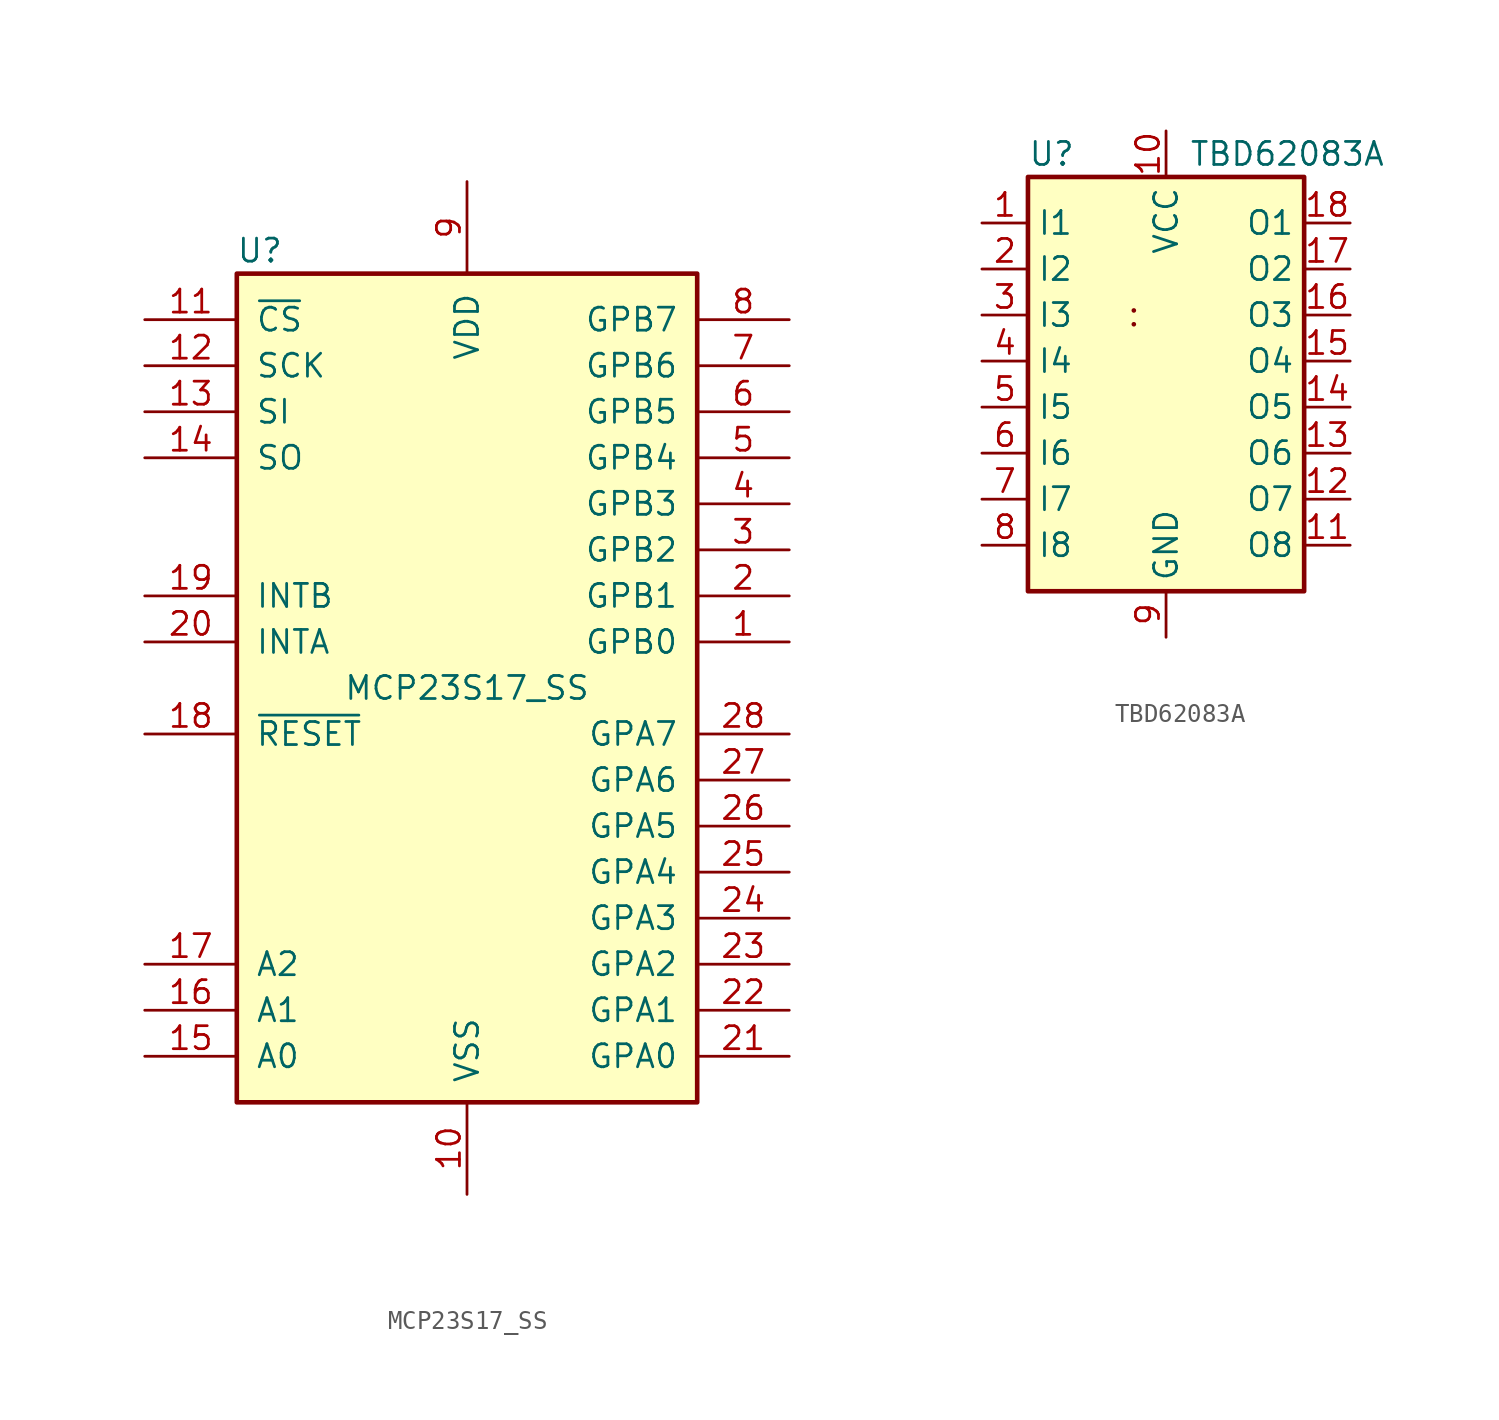
<source format=kicad_sym>
(kicad_symbol_lib
  (version 20241209)
  (generator "kicad_symbol_editor")
  (generator_version "9.0")
  (symbol "MCP23S17_SS"
    (pin_names
      (offset 1.016))
    (property "Reference" "U"
      (at -11.43 24.13 0)
      (effects (font (size 1.27 1.27))))
    (property "Value" "MCP23S17_SS"
      (at 0 0 0)
      (effects (font (size 1.27 1.27))))
    (symbol "MCP23S17_SS_0_1"
      (rectangle (start -12.7 22.86) (end 12.7 -22.86) (stroke (width 0.254) (type default)) (fill (type background))))
    (symbol "MCP23S17_SS_1_1"
      (pin input line (at -17.78 20.32 0) (length 5.08) (name "~{CS}" (effects (font (size 1.27 1.27)))) (number "11" (effects (font (size 1.27 1.27)))))
      (pin input line (at -17.78 17.78 0) (length 5.08) (name "SCK" (effects (font (size 1.27 1.27)))) (number "12" (effects (font (size 1.27 1.27)))))
      (pin input line (at -17.78 15.24 0) (length 5.08) (name "SI" (effects (font (size 1.27 1.27)))) (number "13" (effects (font (size 1.27 1.27)))))
      (pin output line (at -17.78 12.7 0) (length 5.08) (name "SO" (effects (font (size 1.27 1.27)))) (number "14" (effects (font (size 1.27 1.27)))))
      (pin tri_state line (at -17.78 5.08 0) (length 5.08) (name "INTB" (effects (font (size 1.27 1.27)))) (number "19" (effects (font (size 1.27 1.27)))))
      (pin tri_state line (at -17.78 2.54 0) (length 5.08) (name "INTA" (effects (font (size 1.27 1.27)))) (number "20" (effects (font (size 1.27 1.27)))))
      (pin input line (at -17.78 -2.54 0) (length 5.08) (name "~{RESET}" (effects (font (size 1.27 1.27)))) (number "18" (effects (font (size 1.27 1.27)))))
      (pin input line (at -17.78 -15.24 0) (length 5.08) (name "A2" (effects (font (size 1.27 1.27)))) (number "17" (effects (font (size 1.27 1.27)))))
      (pin input line (at -17.78 -17.78 0) (length 5.08) (name "A1" (effects (font (size 1.27 1.27)))) (number "16" (effects (font (size 1.27 1.27)))))
      (pin input line (at -17.78 -20.32 0) (length 5.08) (name "A0" (effects (font (size 1.27 1.27)))) (number "15" (effects (font (size 1.27 1.27)))))
      (pin power_in line (at 0 27.94 270) (length 5.08) (name "VDD" (effects (font (size 1.27 1.27)))) (number "9" (effects (font (size 1.27 1.27)))))
      (pin power_in line (at 0 -27.94 90) (length 5.08) (name "VSS" (effects (font (size 1.27 1.27)))) (number "10" (effects (font (size 1.27 1.27)))))
      (pin bidirectional line (at 17.78 20.32 180) (length 5.08) (name "GPB7" (effects (font (size 1.27 1.27)))) (number "8" (effects (font (size 1.27 1.27)))))
      (pin bidirectional line (at 17.78 17.78 180) (length 5.08) (name "GPB6" (effects (font (size 1.27 1.27)))) (number "7" (effects (font (size 1.27 1.27)))))
      (pin bidirectional line (at 17.78 15.24 180) (length 5.08) (name "GPB5" (effects (font (size 1.27 1.27)))) (number "6" (effects (font (size 1.27 1.27)))))
      (pin bidirectional line (at 17.78 12.7 180) (length 5.08) (name "GPB4" (effects (font (size 1.27 1.27)))) (number "5" (effects (font (size 1.27 1.27)))))
      (pin bidirectional line (at 17.78 10.16 180) (length 5.08) (name "GPB3" (effects (font (size 1.27 1.27)))) (number "4" (effects (font (size 1.27 1.27)))))
      (pin bidirectional line (at 17.78 7.62 180) (length 5.08) (name "GPB2" (effects (font (size 1.27 1.27)))) (number "3" (effects (font (size 1.27 1.27)))))
      (pin bidirectional line (at 17.78 5.08 180) (length 5.08) (name "GPB1" (effects (font (size 1.27 1.27)))) (number "2" (effects (font (size 1.27 1.27)))))
      (pin bidirectional line (at 17.78 2.54 180) (length 5.08) (name "GPB0" (effects (font (size 1.27 1.27)))) (number "1" (effects (font (size 1.27 1.27)))))
      (pin bidirectional line (at 17.78 -2.54 180) (length 5.08) (name "GPA7" (effects (font (size 1.27 1.27)))) (number "28" (effects (font (size 1.27 1.27)))))
      (pin bidirectional line (at 17.78 -5.08 180) (length 5.08) (name "GPA6" (effects (font (size 1.27 1.27)))) (number "27" (effects (font (size 1.27 1.27)))))
      (pin bidirectional line (at 17.78 -7.62 180) (length 5.08) (name "GPA5" (effects (font (size 1.27 1.27)))) (number "26" (effects (font (size 1.27 1.27)))))
      (pin bidirectional line (at 17.78 -10.16 180) (length 5.08) (name "GPA4" (effects (font (size 1.27 1.27)))) (number "25" (effects (font (size 1.27 1.27)))))
      (pin bidirectional line (at 17.78 -12.7 180) (length 5.08) (name "GPA3" (effects (font (size 1.27 1.27)))) (number "24" (effects (font (size 1.27 1.27)))))
      (pin bidirectional line (at 17.78 -15.24 180) (length 5.08) (name "GPA2" (effects (font (size 1.27 1.27)))) (number "23" (effects (font (size 1.27 1.27)))))
      (pin bidirectional line (at 17.78 -17.78 180) (length 5.08) (name "GPA1" (effects (font (size 1.27 1.27)))) (number "22" (effects (font (size 1.27 1.27)))))
      (pin bidirectional line (at 17.78 -20.32 180) (length 5.08) (name "GPA0" (effects (font (size 1.27 1.27)))) (number "21" (effects (font (size 1.27 1.27)))))))
  (symbol "TBD62083A"
    (property "Reference" "U"
      (at -7.62 11.43 0)
      (effects (font (size 1.27 1.27)) (justify left)))
    (property "Value" "TBD62083A"
      (at 1.27 11.43 0)
      (effects (font (size 1.27 1.27)) (justify left)))
    (symbol "TBD62083A_0_1"
      (rectangle (start -7.62 10.16) (end 7.62 -12.7) (stroke (width 0.254) (type default)) (fill (type background)))
      (polyline (pts (xy -1.778 2.794) (xy -1.778 2.794)) (stroke (width 0.254) (type default)) (fill (type none)))
      (polyline (pts (xy -1.778 2.032) (xy -1.778 2.032)) (stroke (width 0.254) (type default)) (fill (type none))))
    (symbol "TBD62083A_1_1"
      (pin input line (at -10.16 7.62 0) (length 2.54) (name "I1" (effects (font (size 1.27 1.27)))) (number "1" (effects (font (size 1.27 1.27)))))
      (pin input line (at -10.16 5.08 0) (length 2.54) (name "I2" (effects (font (size 1.27 1.27)))) (number "2" (effects (font (size 1.27 1.27)))))
      (pin input line (at -10.16 2.54 0) (length 2.54) (name "I3" (effects (font (size 1.27 1.27)))) (number "3" (effects (font (size 1.27 1.27)))))
      (pin input line (at -10.16 0 0) (length 2.54) (name "I4" (effects (font (size 1.27 1.27)))) (number "4" (effects (font (size 1.27 1.27)))))
      (pin input line (at -10.16 -2.54 0) (length 2.54) (name "I5" (effects (font (size 1.27 1.27)))) (number "5" (effects (font (size 1.27 1.27)))))
      (pin input line (at -10.16 -5.08 0) (length 2.54) (name "I6" (effects (font (size 1.27 1.27)))) (number "6" (effects (font (size 1.27 1.27)))))
      (pin input line (at -10.16 -7.62 0) (length 2.54) (name "I7" (effects (font (size 1.27 1.27)))) (number "7" (effects (font (size 1.27 1.27)))))
      (pin input line (at -10.16 -10.16 0) (length 2.54) (name "I8" (effects (font (size 1.27 1.27)))) (number "8" (effects (font (size 1.27 1.27)))))
      (pin power_in line (at 0 12.7 270) (length 2.54) (name "VCC" (effects (font (size 1.27 1.27)))) (number "10" (effects (font (size 1.27 1.27)))))
      (pin power_in line (at 0 -15.24 90) (length 2.54) (name "GND" (effects (font (size 1.27 1.27)))) (number "9" (effects (font (size 1.27 1.27)))))
      (pin open_emitter line (at 10.16 7.62 180) (length 2.54) (name "O1" (effects (font (size 1.27 1.27)))) (number "18" (effects (font (size 1.27 1.27)))))
      (pin open_emitter line (at 10.16 5.08 180) (length 2.54) (name "O2" (effects (font (size 1.27 1.27)))) (number "17" (effects (font (size 1.27 1.27)))))
      (pin open_emitter line (at 10.16 2.54 180) (length 2.54) (name "O3" (effects (font (size 1.27 1.27)))) (number "16" (effects (font (size 1.27 1.27)))))
      (pin open_emitter line (at 10.16 0 180) (length 2.54) (name "O4" (effects (font (size 1.27 1.27)))) (number "15" (effects (font (size 1.27 1.27)))))
      (pin open_emitter line (at 10.16 -2.54 180) (length 2.54) (name "O5" (effects (font (size 1.27 1.27)))) (number "14" (effects (font (size 1.27 1.27)))))
      (pin open_emitter line (at 10.16 -5.08 180) (length 2.54) (name "O6" (effects (font (size 1.27 1.27)))) (number "13" (effects (font (size 1.27 1.27)))))
      (pin open_emitter line (at 10.16 -7.62 180) (length 2.54) (name "O7" (effects (font (size 1.27 1.27)))) (number "12" (effects (font (size 1.27 1.27)))))
      (pin open_emitter line (at 10.16 -10.16 180) (length 2.54) (name "O8" (effects (font (size 1.27 1.27)))) (number "11" (effects (font (size 1.27 1.27))))))))
</source>
